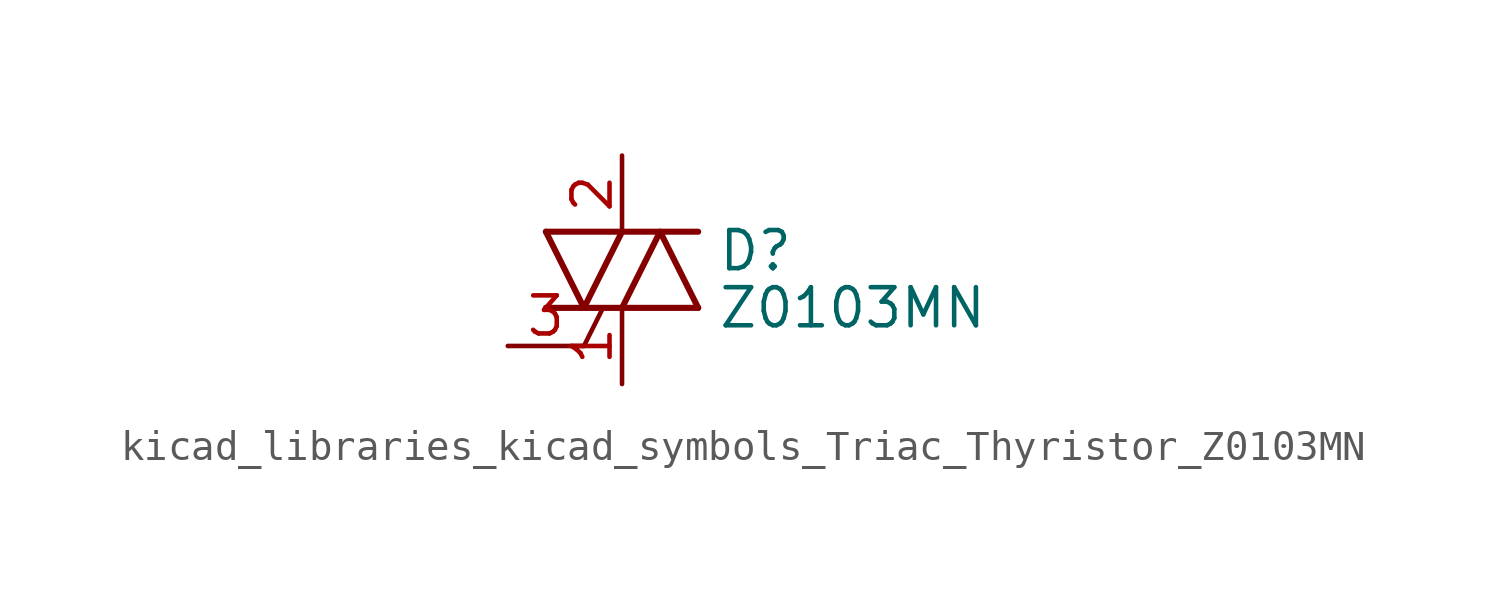
<source format=kicad_sym>
(kicad_symbol_lib
  (version 20220914)
  (generator kicad_symbol_editor)
  (symbol "kicad_libraries_kicad_symbols_Triac_Thyristor_Z0103MN"
    (pin_names
      (offset 0) hide)
    (property "Reference" "D"
      (at 3.175 0.635 0)
      (effects (font (size 1.27 1.27)) (justify left)))
    (property "Value" "Z0103MN"
      (at 3.175 -1.27 0)
      (effects (font (size 1.27 1.27)) (justify left)))
    (symbol "kicad_libraries_kicad_symbols_Triac_Thyristor_Z0103MN_0_1"
      (polyline (pts (xy -2.54 -1.27) (xy 2.54 -1.27)) (stroke (width 0.203) (type default)) (fill (type none)))
      (polyline (pts (xy -2.54 1.27) (xy 2.54 1.27)) (stroke (width 0.203) (type default)) (fill (type none)))
      (polyline (pts (xy -1.27 -2.54) (xy -0.635 -1.27)) (stroke (width 0) (type default)) (fill (type none)))
      (polyline (pts (xy -2.54 1.27) (xy -1.27 -1.27) (xy 0 1.27)) (stroke (width 0.203) (type default)) (fill (type none)))
      (polyline (pts (xy 0 -1.27) (xy 1.27 1.27) (xy 2.54 -1.27)) (stroke (width 0.203) (type default)) (fill (type none))))
    (symbol "kicad_libraries_kicad_symbols_Triac_Thyristor_Z0103MN_1_1"
      (pin passive line (at 0 -3.81 90) (length 2.54) (name "A1" (effects (font (size 1.27 1.27)))) (number "1" (effects (font (size 1.27 1.27)))))
      (pin passive line (at 0 3.81 270) (length 2.54) (name "A2" (effects (font (size 1.27 1.27)))) (number "2" (effects (font (size 1.27 1.27)))))
      (pin input line (at -3.81 -2.54 0) (length 2.54) (name "G" (effects (font (size 1.27 1.27)))) (number "3" (effects (font (size 1.27 1.27)))))
      (pin passive line (at 0 3.81 270) (length 2.54) hide (name "A4" (effects (font (size 1.27 1.27)))) (number "4" (effects (font (size 1.27 1.27))))))))
</source>
